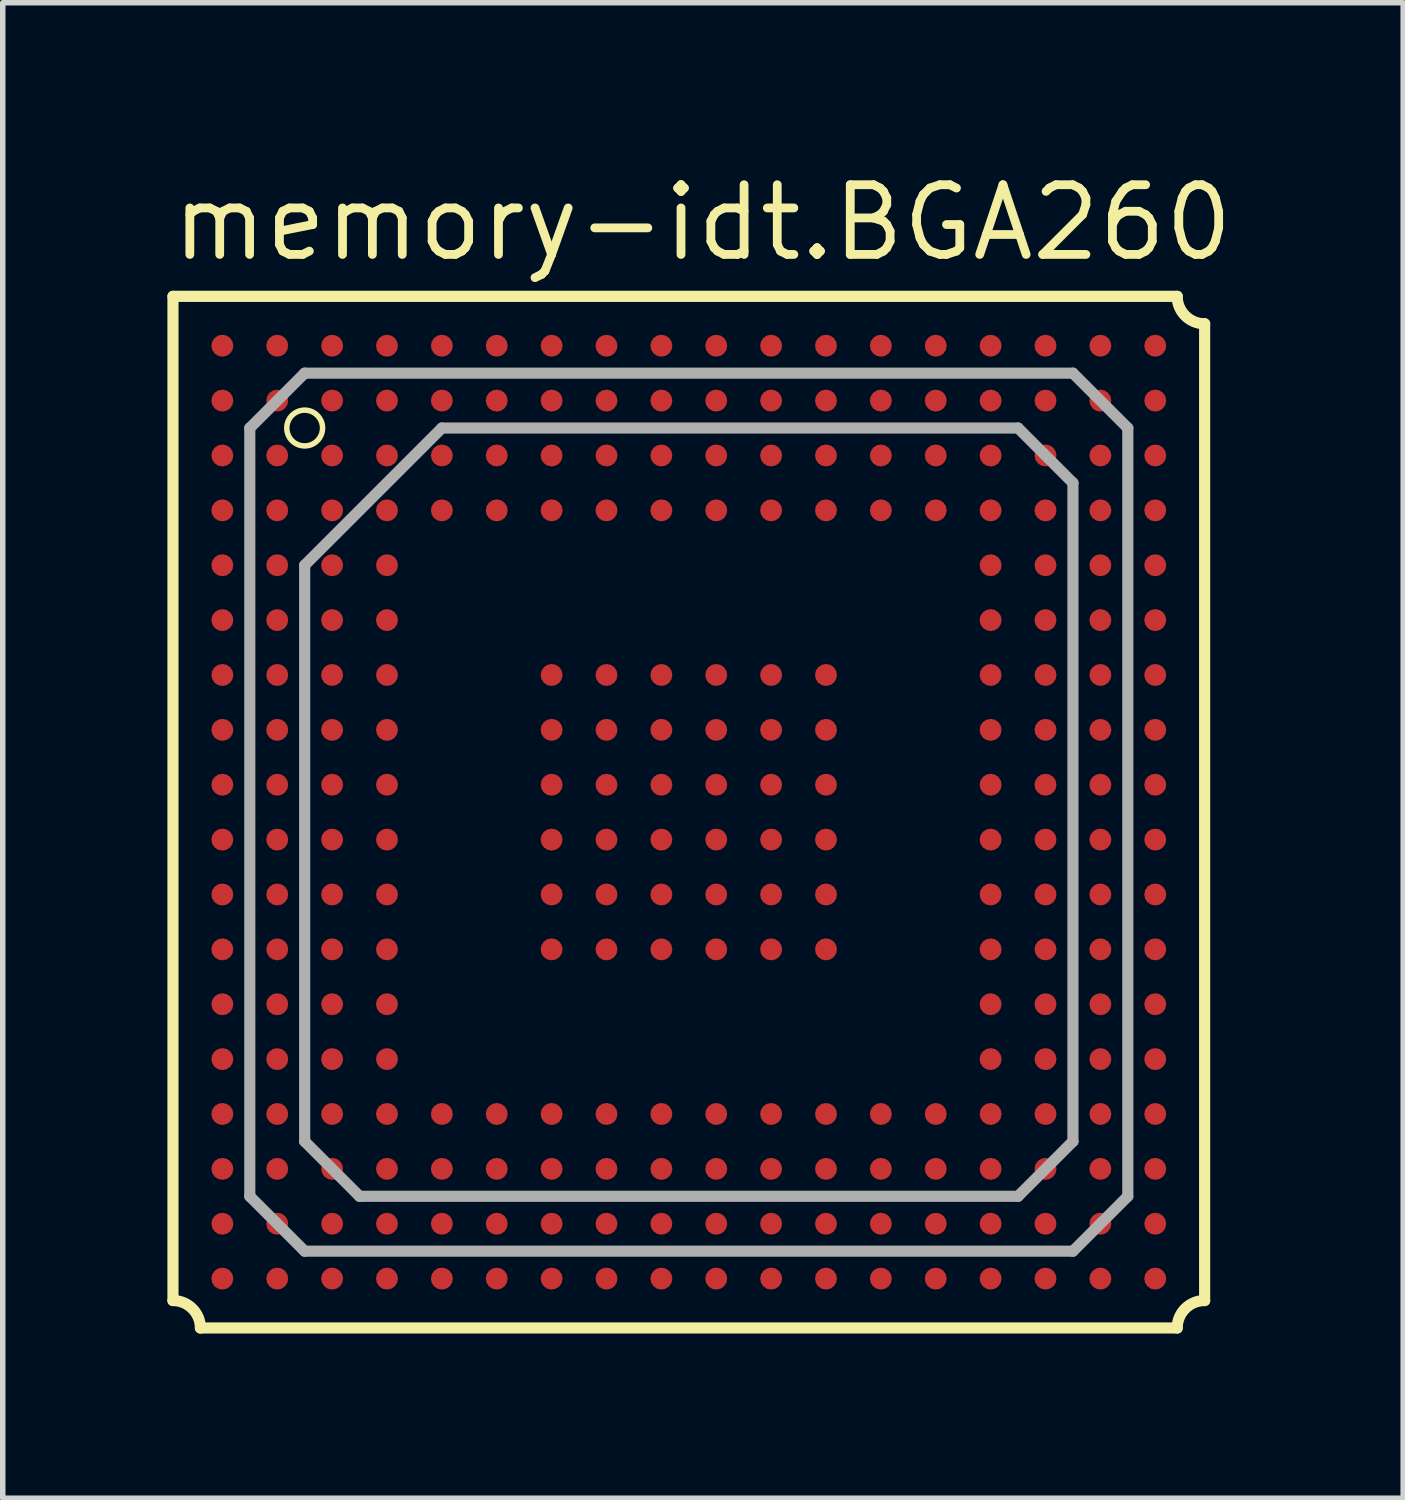
<source format=kicad_pcb>
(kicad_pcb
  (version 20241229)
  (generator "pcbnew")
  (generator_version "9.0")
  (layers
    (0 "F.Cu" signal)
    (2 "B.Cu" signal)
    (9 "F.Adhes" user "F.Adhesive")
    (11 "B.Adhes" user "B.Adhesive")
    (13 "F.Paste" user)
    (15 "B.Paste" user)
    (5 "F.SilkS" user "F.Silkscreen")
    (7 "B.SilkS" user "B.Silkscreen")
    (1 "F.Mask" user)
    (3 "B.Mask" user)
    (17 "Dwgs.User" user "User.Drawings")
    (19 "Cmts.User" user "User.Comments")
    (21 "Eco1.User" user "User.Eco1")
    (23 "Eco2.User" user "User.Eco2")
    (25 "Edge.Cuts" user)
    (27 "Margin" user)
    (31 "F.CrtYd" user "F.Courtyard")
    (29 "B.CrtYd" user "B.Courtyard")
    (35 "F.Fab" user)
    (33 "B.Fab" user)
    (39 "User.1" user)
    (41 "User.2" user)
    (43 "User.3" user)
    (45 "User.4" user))
  (footprint "memory-idt.BGA260"
    (layer "F.Cu")
    (at 9.502 11.75)
    (property "Reference" "memory-idt.BGA260" (at -9.5 -10 0) (layer "F.SilkS") (effects (font (size 1.27 1.27) (thickness 0.16)) (justify left bottom)))
    (attr smd)
    (fp_circle (center -8.5 -8.5) (end -8.3 -8.5) (stroke (width 0.1) (type default)) (fill no) (layer "F.Mask"))
    (fp_circle (center -8.5 -7.5) (end -8.3 -7.5) (stroke (width 0.1) (type default)) (fill no) (layer "F.Mask"))
    (fp_circle (center -8.5 -6.5) (end -8.3 -6.5) (stroke (width 0.1) (type default)) (fill no) (layer "F.Mask"))
    (fp_circle (center -8.5 -5.5) (end -8.3 -5.5) (stroke (width 0.1) (type default)) (fill no) (layer "F.Mask"))
    (fp_circle (center -8.5 -4.5) (end -8.3 -4.5) (stroke (width 0.1) (type default)) (fill no) (layer "F.Mask"))
    (fp_circle (center -8.5 -3.5) (end -8.3 -3.5) (stroke (width 0.1) (type default)) (fill no) (layer "F.Mask"))
    (fp_circle (center -8.5 -2.5) (end -8.3 -2.5) (stroke (width 0.1) (type default)) (fill no) (layer "F.Mask"))
    (fp_circle (center -8.5 -1.5) (end -8.3 -1.5) (stroke (width 0.1) (type default)) (fill no) (layer "F.Mask"))
    (fp_circle (center -8.5 -0.5) (end -8.3 -0.5) (stroke (width 0.1) (type default)) (fill no) (layer "F.Mask"))
    (fp_circle (center -8.5 0.5) (end -8.3 0.5) (stroke (width 0.1) (type default)) (fill no) (layer "F.Mask"))
    (fp_circle (center -8.5 1.5) (end -8.3 1.5) (stroke (width 0.1) (type default)) (fill no) (layer "F.Mask"))
    (fp_circle (center -8.5 2.5) (end -8.3 2.5) (stroke (width 0.1) (type default)) (fill no) (layer "F.Mask"))
    (fp_circle (center -8.5 3.5) (end -8.3 3.5) (stroke (width 0.1) (type default)) (fill no) (layer "F.Mask"))
    (fp_circle (center -8.5 4.5) (end -8.3 4.5) (stroke (width 0.1) (type default)) (fill no) (layer "F.Mask"))
    (fp_circle (center -8.5 5.5) (end -8.3 5.5) (stroke (width 0.1) (type default)) (fill no) (layer "F.Mask"))
    (fp_circle (center -8.5 6.5) (end -8.3 6.5) (stroke (width 0.1) (type default)) (fill no) (layer "F.Mask"))
    (fp_circle (center -8.5 7.5) (end -8.3 7.5) (stroke (width 0.1) (type default)) (fill no) (layer "F.Mask"))
    (fp_circle (center -8.5 8.5) (end -8.3 8.5) (stroke (width 0.1) (type default)) (fill no) (layer "F.Mask"))
    (fp_circle (center -7.5 -8.5) (end -7.3 -8.5) (stroke (width 0.1) (type default)) (fill no) (layer "F.Mask"))
    (fp_circle (center -7.5 -7.5) (end -7.3 -7.5) (stroke (width 0.1) (type default)) (fill no) (layer "F.Mask"))
    (fp_circle (center -7.5 -6.5) (end -7.3 -6.5) (stroke (width 0.1) (type default)) (fill no) (layer "F.Mask"))
    (fp_circle (center -7.5 -5.5) (end -7.3 -5.5) (stroke (width 0.1) (type default)) (fill no) (layer "F.Mask"))
    (fp_circle (center -7.5 -4.5) (end -7.3 -4.5) (stroke (width 0.1) (type default)) (fill no) (layer "F.Mask"))
    (fp_circle (center -7.5 -3.5) (end -7.3 -3.5) (stroke (width 0.1) (type default)) (fill no) (layer "F.Mask"))
    (fp_circle (center -7.5 -2.5) (end -7.3 -2.5) (stroke (width 0.1) (type default)) (fill no) (layer "F.Mask"))
    (fp_circle (center -7.5 -1.5) (end -7.3 -1.5) (stroke (width 0.1) (type default)) (fill no) (layer "F.Mask"))
    (fp_circle (center -7.5 -0.5) (end -7.3 -0.5) (stroke (width 0.1) (type default)) (fill no) (layer "F.Mask"))
    (fp_circle (center -7.5 0.5) (end -7.3 0.5) (stroke (width 0.1) (type default)) (fill no) (layer "F.Mask"))
    (fp_circle (center -7.5 1.5) (end -7.3 1.5) (stroke (width 0.1) (type default)) (fill no) (layer "F.Mask"))
    (fp_circle (center -7.5 2.5) (end -7.3 2.5) (stroke (width 0.1) (type default)) (fill no) (layer "F.Mask"))
    (fp_circle (center -7.5 3.5) (end -7.3 3.5) (stroke (width 0.1) (type default)) (fill no) (layer "F.Mask"))
    (fp_circle (center -7.5 4.5) (end -7.3 4.5) (stroke (width 0.1) (type default)) (fill no) (layer "F.Mask"))
    (fp_circle (center -7.5 5.5) (end -7.3 5.5) (stroke (width 0.1) (type default)) (fill no) (layer "F.Mask"))
    (fp_circle (center -7.5 6.5) (end -7.3 6.5) (stroke (width 0.1) (type default)) (fill no) (layer "F.Mask"))
    (fp_circle (center -7.5 7.5) (end -7.3 7.5) (stroke (width 0.1) (type default)) (fill no) (layer "F.Mask"))
    (fp_circle (center -7.5 8.5) (end -7.3 8.5) (stroke (width 0.1) (type default)) (fill no) (layer "F.Mask"))
    (fp_circle (center -6.5 -8.5) (end -6.3 -8.5) (stroke (width 0.1) (type default)) (fill no) (layer "F.Mask"))
    (fp_circle (center -6.5 -7.5) (end -6.3 -7.5) (stroke (width 0.1) (type default)) (fill no) (layer "F.Mask"))
    (fp_circle (center -6.5 -6.5) (end -6.3 -6.5) (stroke (width 0.1) (type default)) (fill no) (layer "F.Mask"))
    (fp_circle (center -6.5 -5.5) (end -6.3 -5.5) (stroke (width 0.1) (type default)) (fill no) (layer "F.Mask"))
    (fp_circle (center -6.5 -4.5) (end -6.3 -4.5) (stroke (width 0.1) (type default)) (fill no) (layer "F.Mask"))
    (fp_circle (center -6.5 -3.5) (end -6.3 -3.5) (stroke (width 0.1) (type default)) (fill no) (layer "F.Mask"))
    (fp_circle (center -6.5 -2.5) (end -6.3 -2.5) (stroke (width 0.1) (type default)) (fill no) (layer "F.Mask"))
    (fp_circle (center -6.5 -1.5) (end -6.3 -1.5) (stroke (width 0.1) (type default)) (fill no) (layer "F.Mask"))
    (fp_circle (center -6.5 -0.5) (end -6.3 -0.5) (stroke (width 0.1) (type default)) (fill no) (layer "F.Mask"))
    (fp_circle (center -6.5 0.5) (end -6.3 0.5) (stroke (width 0.1) (type default)) (fill no) (layer "F.Mask"))
    (fp_circle (center -6.5 1.5) (end -6.3 1.5) (stroke (width 0.1) (type default)) (fill no) (layer "F.Mask"))
    (fp_circle (center -6.5 2.5) (end -6.3 2.5) (stroke (width 0.1) (type default)) (fill no) (layer "F.Mask"))
    (fp_circle (center -6.5 3.5) (end -6.3 3.5) (stroke (width 0.1) (type default)) (fill no) (layer "F.Mask"))
    (fp_circle (center -6.5 4.5) (end -6.3 4.5) (stroke (width 0.1) (type default)) (fill no) (layer "F.Mask"))
    (fp_circle (center -6.5 5.5) (end -6.3 5.5) (stroke (width 0.1) (type default)) (fill no) (layer "F.Mask"))
    (fp_circle (center -6.5 6.5) (end -6.3 6.5) (stroke (width 0.1) (type default)) (fill no) (layer "F.Mask"))
    (fp_circle (center -6.5 7.5) (end -6.3 7.5) (stroke (width 0.1) (type default)) (fill no) (layer "F.Mask"))
    (fp_circle (center -6.5 8.5) (end -6.3 8.5) (stroke (width 0.1) (type default)) (fill no) (layer "F.Mask"))
    (fp_circle (center -5.5 -8.5) (end -5.3 -8.5) (stroke (width 0.1) (type default)) (fill no) (layer "F.Mask"))
    (fp_circle (center -5.5 -7.5) (end -5.3 -7.5) (stroke (width 0.1) (type default)) (fill no) (layer "F.Mask"))
    (fp_circle (center -5.5 -6.5) (end -5.3 -6.5) (stroke (width 0.1) (type default)) (fill no) (layer "F.Mask"))
    (fp_circle (center -5.5 -5.5) (end -5.3 -5.5) (stroke (width 0.1) (type default)) (fill no) (layer "F.Mask"))
    (fp_circle (center -5.5 -4.5) (end -5.3 -4.5) (stroke (width 0.1) (type default)) (fill no) (layer "F.Mask"))
    (fp_circle (center -5.5 -3.5) (end -5.3 -3.5) (stroke (width 0.1) (type default)) (fill no) (layer "F.Mask"))
    (fp_circle (center -5.5 -2.5) (end -5.3 -2.5) (stroke (width 0.1) (type default)) (fill no) (layer "F.Mask"))
    (fp_circle (center -5.5 -1.5) (end -5.3 -1.5) (stroke (width 0.1) (type default)) (fill no) (layer "F.Mask"))
    (fp_circle (center -5.5 -0.5) (end -5.3 -0.5) (stroke (width 0.1) (type default)) (fill no) (layer "F.Mask"))
    (fp_circle (center -5.5 0.5) (end -5.3 0.5) (stroke (width 0.1) (type default)) (fill no) (layer "F.Mask"))
    (fp_circle (center -5.5 1.5) (end -5.3 1.5) (stroke (width 0.1) (type default)) (fill no) (layer "F.Mask"))
    (fp_circle (center -5.5 2.5) (end -5.3 2.5) (stroke (width 0.1) (type default)) (fill no) (layer "F.Mask"))
    (fp_circle (center -5.5 3.5) (end -5.3 3.5) (stroke (width 0.1) (type default)) (fill no) (layer "F.Mask"))
    (fp_circle (center -5.5 4.5) (end -5.3 4.5) (stroke (width 0.1) (type default)) (fill no) (layer "F.Mask"))
    (fp_circle (center -5.5 5.5) (end -5.3 5.5) (stroke (width 0.1) (type default)) (fill no) (layer "F.Mask"))
    (fp_circle (center -5.5 6.5) (end -5.3 6.5) (stroke (width 0.1) (type default)) (fill no) (layer "F.Mask"))
    (fp_circle (center -5.5 7.5) (end -5.3 7.5) (stroke (width 0.1) (type default)) (fill no) (layer "F.Mask"))
    (fp_circle (center -5.5 8.5) (end -5.3 8.5) (stroke (width 0.1) (type default)) (fill no) (layer "F.Mask"))
    (fp_circle (center -4.5 -8.5) (end -4.3 -8.5) (stroke (width 0.1) (type default)) (fill no) (layer "F.Mask"))
    (fp_circle (center -4.5 -7.5) (end -4.3 -7.5) (stroke (width 0.1) (type default)) (fill no) (layer "F.Mask"))
    (fp_circle (center -4.5 -6.5) (end -4.3 -6.5) (stroke (width 0.1) (type default)) (fill no) (layer "F.Mask"))
    (fp_circle (center -4.5 -5.5) (end -4.3 -5.5) (stroke (width 0.1) (type default)) (fill no) (layer "F.Mask"))
    (fp_circle (center -4.5 5.5) (end -4.3 5.5) (stroke (width 0.1) (type default)) (fill no) (layer "F.Mask"))
    (fp_circle (center -4.5 6.5) (end -4.3 6.5) (stroke (width 0.1) (type default)) (fill no) (layer "F.Mask"))
    (fp_circle (center -4.5 7.5) (end -4.3 7.5) (stroke (width 0.1) (type default)) (fill no) (layer "F.Mask"))
    (fp_circle (center -4.5 8.5) (end -4.3 8.5) (stroke (width 0.1) (type default)) (fill no) (layer "F.Mask"))
    (fp_circle (center -3.5 -8.5) (end -3.3 -8.5) (stroke (width 0.1) (type default)) (fill no) (layer "F.Mask"))
    (fp_circle (center -3.5 -7.5) (end -3.3 -7.5) (stroke (width 0.1) (type default)) (fill no) (layer "F.Mask"))
    (fp_circle (center -3.5 -6.5) (end -3.3 -6.5) (stroke (width 0.1) (type default)) (fill no) (layer "F.Mask"))
    (fp_circle (center -3.5 -5.5) (end -3.3 -5.5) (stroke (width 0.1) (type default)) (fill no) (layer "F.Mask"))
    (fp_circle (center -3.5 5.5) (end -3.3 5.5) (stroke (width 0.1) (type default)) (fill no) (layer "F.Mask"))
    (fp_circle (center -3.5 6.5) (end -3.3 6.5) (stroke (width 0.1) (type default)) (fill no) (layer "F.Mask"))
    (fp_circle (center -3.5 7.5) (end -3.3 7.5) (stroke (width 0.1) (type default)) (fill no) (layer "F.Mask"))
    (fp_circle (center -3.5 8.5) (end -3.3 8.5) (stroke (width 0.1) (type default)) (fill no) (layer "F.Mask"))
    (fp_circle (center -2.5 -8.5) (end -2.3 -8.5) (stroke (width 0.1) (type default)) (fill no) (layer "F.Mask"))
    (fp_circle (center -2.5 -7.5) (end -2.3 -7.5) (stroke (width 0.1) (type default)) (fill no) (layer "F.Mask"))
    (fp_circle (center -2.5 -6.5) (end -2.3 -6.5) (stroke (width 0.1) (type default)) (fill no) (layer "F.Mask"))
    (fp_circle (center -2.5 -5.5) (end -2.3 -5.5) (stroke (width 0.1) (type default)) (fill no) (layer "F.Mask"))
    (fp_circle (center -2.5 -2.5) (end -2.3 -2.5) (stroke (width 0.1) (type default)) (fill no) (layer "F.Mask"))
    (fp_circle (center -2.5 -1.5) (end -2.3 -1.5) (stroke (width 0.1) (type default)) (fill no) (layer "F.Mask"))
    (fp_circle (center -2.5 -0.5) (end -2.3 -0.5) (stroke (width 0.1) (type default)) (fill no) (layer "F.Mask"))
    (fp_circle (center -2.5 0.5) (end -2.3 0.5) (stroke (width 0.1) (type default)) (fill no) (layer "F.Mask"))
    (fp_circle (center -2.5 1.5) (end -2.3 1.5) (stroke (width 0.1) (type default)) (fill no) (layer "F.Mask"))
    (fp_circle (center -2.5 2.5) (end -2.3 2.5) (stroke (width 0.1) (type default)) (fill no) (layer "F.Mask"))
    (fp_circle (center -2.5 5.5) (end -2.3 5.5) (stroke (width 0.1) (type default)) (fill no) (layer "F.Mask"))
    (fp_circle (center -2.5 6.5) (end -2.3 6.5) (stroke (width 0.1) (type default)) (fill no) (layer "F.Mask"))
    (fp_circle (center -2.5 7.5) (end -2.3 7.5) (stroke (width 0.1) (type default)) (fill no) (layer "F.Mask"))
    (fp_circle (center -2.5 8.5) (end -2.3 8.5) (stroke (width 0.1) (type default)) (fill no) (layer "F.Mask"))
    (fp_circle (center -1.5 -8.5) (end -1.3 -8.5) (stroke (width 0.1) (type default)) (fill no) (layer "F.Mask"))
    (fp_circle (center -1.5 -7.5) (end -1.3 -7.5) (stroke (width 0.1) (type default)) (fill no) (layer "F.Mask"))
    (fp_circle (center -1.5 -6.5) (end -1.3 -6.5) (stroke (width 0.1) (type default)) (fill no) (layer "F.Mask"))
    (fp_circle (center -1.5 -5.5) (end -1.3 -5.5) (stroke (width 0.1) (type default)) (fill no) (layer "F.Mask"))
    (fp_circle (center -1.5 -2.5) (end -1.3 -2.5) (stroke (width 0.1) (type default)) (fill no) (layer "F.Mask"))
    (fp_circle (center -1.5 -1.5) (end -1.3 -1.5) (stroke (width 0.1) (type default)) (fill no) (layer "F.Mask"))
    (fp_circle (center -1.5 -0.5) (end -1.3 -0.5) (stroke (width 0.1) (type default)) (fill no) (layer "F.Mask"))
    (fp_circle (center -1.5 0.5) (end -1.3 0.5) (stroke (width 0.1) (type default)) (fill no) (layer "F.Mask"))
    (fp_circle (center -1.5 1.5) (end -1.3 1.5) (stroke (width 0.1) (type default)) (fill no) (layer "F.Mask"))
    (fp_circle (center -1.5 2.5) (end -1.3 2.5) (stroke (width 0.1) (type default)) (fill no) (layer "F.Mask"))
    (fp_circle (center -1.5 5.5) (end -1.3 5.5) (stroke (width 0.1) (type default)) (fill no) (layer "F.Mask"))
    (fp_circle (center -1.5 6.5) (end -1.3 6.5) (stroke (width 0.1) (type default)) (fill no) (layer "F.Mask"))
    (fp_circle (center -1.5 7.5) (end -1.3 7.5) (stroke (width 0.1) (type default)) (fill no) (layer "F.Mask"))
    (fp_circle (center -1.5 8.5) (end -1.3 8.5) (stroke (width 0.1) (type default)) (fill no) (layer "F.Mask"))
    (fp_circle (center -0.5 -8.5) (end -0.3 -8.5) (stroke (width 0.1) (type default)) (fill no) (layer "F.Mask"))
    (fp_circle (center -0.5 -7.5) (end -0.3 -7.5) (stroke (width 0.1) (type default)) (fill no) (layer "F.Mask"))
    (fp_circle (center -0.5 -6.5) (end -0.3 -6.5) (stroke (width 0.1) (type default)) (fill no) (layer "F.Mask"))
    (fp_circle (center -0.5 -5.5) (end -0.3 -5.5) (stroke (width 0.1) (type default)) (fill no) (layer "F.Mask"))
    (fp_circle (center -0.5 -2.5) (end -0.3 -2.5) (stroke (width 0.1) (type default)) (fill no) (layer "F.Mask"))
    (fp_circle (center -0.5 -1.5) (end -0.3 -1.5) (stroke (width 0.1) (type default)) (fill no) (layer "F.Mask"))
    (fp_circle (center -0.5 -0.5) (end -0.3 -0.5) (stroke (width 0.1) (type default)) (fill no) (layer "F.Mask"))
    (fp_circle (center -0.5 0.5) (end -0.3 0.5) (stroke (width 0.1) (type default)) (fill no) (layer "F.Mask"))
    (fp_circle (center -0.5 1.5) (end -0.3 1.5) (stroke (width 0.1) (type default)) (fill no) (layer "F.Mask"))
    (fp_circle (center -0.5 2.5) (end -0.3 2.5) (stroke (width 0.1) (type default)) (fill no) (layer "F.Mask"))
    (fp_circle (center -0.5 5.5) (end -0.3 5.5) (stroke (width 0.1) (type default)) (fill no) (layer "F.Mask"))
    (fp_circle (center -0.5 6.5) (end -0.3 6.5) (stroke (width 0.1) (type default)) (fill no) (layer "F.Mask"))
    (fp_circle (center -0.5 7.5) (end -0.3 7.5) (stroke (width 0.1) (type default)) (fill no) (layer "F.Mask"))
    (fp_circle (center -0.5 8.5) (end -0.3 8.5) (stroke (width 0.1) (type default)) (fill no) (layer "F.Mask"))
    (fp_circle (center 0.5 -8.5) (end 0.7 -8.5) (stroke (width 0.1) (type default)) (fill no) (layer "F.Mask"))
    (fp_circle (center 0.5 -7.5) (end 0.7 -7.5) (stroke (width 0.1) (type default)) (fill no) (layer "F.Mask"))
    (fp_circle (center 0.5 -6.5) (end 0.7 -6.5) (stroke (width 0.1) (type default)) (fill no) (layer "F.Mask"))
    (fp_circle (center 0.5 -5.5) (end 0.7 -5.5) (stroke (width 0.1) (type default)) (fill no) (layer "F.Mask"))
    (fp_circle (center 0.5 -2.5) (end 0.7 -2.5) (stroke (width 0.1) (type default)) (fill no) (layer "F.Mask"))
    (fp_circle (center 0.5 -1.5) (end 0.7 -1.5) (stroke (width 0.1) (type default)) (fill no) (layer "F.Mask"))
    (fp_circle (center 0.5 -0.5) (end 0.7 -0.5) (stroke (width 0.1) (type default)) (fill no) (layer "F.Mask"))
    (fp_circle (center 0.5 0.5) (end 0.7 0.5) (stroke (width 0.1) (type default)) (fill no) (layer "F.Mask"))
    (fp_circle (center 0.5 1.5) (end 0.7 1.5) (stroke (width 0.1) (type default)) (fill no) (layer "F.Mask"))
    (fp_circle (center 0.5 2.5) (end 0.7 2.5) (stroke (width 0.1) (type default)) (fill no) (layer "F.Mask"))
    (fp_circle (center 0.5 5.5) (end 0.7 5.5) (stroke (width 0.1) (type default)) (fill no) (layer "F.Mask"))
    (fp_circle (center 0.5 6.5) (end 0.7 6.5) (stroke (width 0.1) (type default)) (fill no) (layer "F.Mask"))
    (fp_circle (center 0.5 7.5) (end 0.7 7.5) (stroke (width 0.1) (type default)) (fill no) (layer "F.Mask"))
    (fp_circle (center 0.5 8.5) (end 0.7 8.5) (stroke (width 0.1) (type default)) (fill no) (layer "F.Mask"))
    (fp_circle (center 1.5 -8.5) (end 1.7 -8.5) (stroke (width 0.1) (type default)) (fill no) (layer "F.Mask"))
    (fp_circle (center 1.5 -7.5) (end 1.7 -7.5) (stroke (width 0.1) (type default)) (fill no) (layer "F.Mask"))
    (fp_circle (center 1.5 -6.5) (end 1.7 -6.5) (stroke (width 0.1) (type default)) (fill no) (layer "F.Mask"))
    (fp_circle (center 1.5 -5.5) (end 1.7 -5.5) (stroke (width 0.1) (type default)) (fill no) (layer "F.Mask"))
    (fp_circle (center 1.5 -2.5) (end 1.7 -2.5) (stroke (width 0.1) (type default)) (fill no) (layer "F.Mask"))
    (fp_circle (center 1.5 -1.5) (end 1.7 -1.5) (stroke (width 0.1) (type default)) (fill no) (layer "F.Mask"))
    (fp_circle (center 1.5 -0.5) (end 1.7 -0.5) (stroke (width 0.1) (type default)) (fill no) (layer "F.Mask"))
    (fp_circle (center 1.5 0.5) (end 1.7 0.5) (stroke (width 0.1) (type default)) (fill no) (layer "F.Mask"))
    (fp_circle (center 1.5 1.5) (end 1.7 1.5) (stroke (width 0.1) (type default)) (fill no) (layer "F.Mask"))
    (fp_circle (center 1.5 2.5) (end 1.7 2.5) (stroke (width 0.1) (type default)) (fill no) (layer "F.Mask"))
    (fp_circle (center 1.5 5.5) (end 1.7 5.5) (stroke (width 0.1) (type default)) (fill no) (layer "F.Mask"))
    (fp_circle (center 1.5 6.5) (end 1.7 6.5) (stroke (width 0.1) (type default)) (fill no) (layer "F.Mask"))
    (fp_circle (center 1.5 7.5) (end 1.7 7.5) (stroke (width 0.1) (type default)) (fill no) (layer "F.Mask"))
    (fp_circle (center 1.5 8.5) (end 1.7 8.5) (stroke (width 0.1) (type default)) (fill no) (layer "F.Mask"))
    (fp_circle (center 2.5 -8.5) (end 2.7 -8.5) (stroke (width 0.1) (type default)) (fill no) (layer "F.Mask"))
    (fp_circle (center 2.5 -7.5) (end 2.7 -7.5) (stroke (width 0.1) (type default)) (fill no) (layer "F.Mask"))
    (fp_circle (center 2.5 -6.5) (end 2.7 -6.5) (stroke (width 0.1) (type default)) (fill no) (layer "F.Mask"))
    (fp_circle (center 2.5 -5.5) (end 2.7 -5.5) (stroke (width 0.1) (type default)) (fill no) (layer "F.Mask"))
    (fp_circle (center 2.5 -2.5) (end 2.7 -2.5) (stroke (width 0.1) (type default)) (fill no) (layer "F.Mask"))
    (fp_circle (center 2.5 -1.5) (end 2.7 -1.5) (stroke (width 0.1) (type default)) (fill no) (layer "F.Mask"))
    (fp_circle (center 2.5 -0.5) (end 2.7 -0.5) (stroke (width 0.1) (type default)) (fill no) (layer "F.Mask"))
    (fp_circle (center 2.5 0.5) (end 2.7 0.5) (stroke (width 0.1) (type default)) (fill no) (layer "F.Mask"))
    (fp_circle (center 2.5 1.5) (end 2.7 1.5) (stroke (width 0.1) (type default)) (fill no) (layer "F.Mask"))
    (fp_circle (center 2.5 2.5) (end 2.7 2.5) (stroke (width 0.1) (type default)) (fill no) (layer "F.Mask"))
    (fp_circle (center 2.5 5.5) (end 2.7 5.5) (stroke (width 0.1) (type default)) (fill no) (layer "F.Mask"))
    (fp_circle (center 2.5 6.5) (end 2.7 6.5) (stroke (width 0.1) (type default)) (fill no) (layer "F.Mask"))
    (fp_circle (center 2.5 7.5) (end 2.7 7.5) (stroke (width 0.1) (type default)) (fill no) (layer "F.Mask"))
    (fp_circle (center 2.5 8.5) (end 2.7 8.5) (stroke (width 0.1) (type default)) (fill no) (layer "F.Mask"))
    (fp_circle (center 3.5 -8.5) (end 3.7 -8.5) (stroke (width 0.1) (type default)) (fill no) (layer "F.Mask"))
    (fp_circle (center 3.5 -7.5) (end 3.7 -7.5) (stroke (width 0.1) (type default)) (fill no) (layer "F.Mask"))
    (fp_circle (center 3.5 -6.5) (end 3.7 -6.5) (stroke (width 0.1) (type default)) (fill no) (layer "F.Mask"))
    (fp_circle (center 3.5 -5.5) (end 3.7 -5.5) (stroke (width 0.1) (type default)) (fill no) (layer "F.Mask"))
    (fp_circle (center 3.5 5.5) (end 3.7 5.5) (stroke (width 0.1) (type default)) (fill no) (layer "F.Mask"))
    (fp_circle (center 3.5 6.5) (end 3.7 6.5) (stroke (width 0.1) (type default)) (fill no) (layer "F.Mask"))
    (fp_circle (center 3.5 7.5) (end 3.7 7.5) (stroke (width 0.1) (type default)) (fill no) (layer "F.Mask"))
    (fp_circle (center 3.5 8.5) (end 3.7 8.5) (stroke (width 0.1) (type default)) (fill no) (layer "F.Mask"))
    (fp_circle (center 4.5 -8.5) (end 4.7 -8.5) (stroke (width 0.1) (type default)) (fill no) (layer "F.Mask"))
    (fp_circle (center 4.5 -7.5) (end 4.7 -7.5) (stroke (width 0.1) (type default)) (fill no) (layer "F.Mask"))
    (fp_circle (center 4.5 -6.5) (end 4.7 -6.5) (stroke (width 0.1) (type default)) (fill no) (layer "F.Mask"))
    (fp_circle (center 4.5 -5.5) (end 4.7 -5.5) (stroke (width 0.1) (type default)) (fill no) (layer "F.Mask"))
    (fp_circle (center 4.5 5.5) (end 4.7 5.5) (stroke (width 0.1) (type default)) (fill no) (layer "F.Mask"))
    (fp_circle (center 4.5 6.5) (end 4.7 6.5) (stroke (width 0.1) (type default)) (fill no) (layer "F.Mask"))
    (fp_circle (center 4.5 7.5) (end 4.7 7.5) (stroke (width 0.1) (type default)) (fill no) (layer "F.Mask"))
    (fp_circle (center 4.5 8.5) (end 4.7 8.5) (stroke (width 0.1) (type default)) (fill no) (layer "F.Mask"))
    (fp_circle (center 5.5 -8.5) (end 5.7 -8.5) (stroke (width 0.1) (type default)) (fill no) (layer "F.Mask"))
    (fp_circle (center 5.5 -7.5) (end 5.7 -7.5) (stroke (width 0.1) (type default)) (fill no) (layer "F.Mask"))
    (fp_circle (center 5.5 -6.5) (end 5.7 -6.5) (stroke (width 0.1) (type default)) (fill no) (layer "F.Mask"))
    (fp_circle (center 5.5 -5.5) (end 5.7 -5.5) (stroke (width 0.1) (type default)) (fill no) (layer "F.Mask"))
    (fp_circle (center 5.5 -4.5) (end 5.7 -4.5) (stroke (width 0.1) (type default)) (fill no) (layer "F.Mask"))
    (fp_circle (center 5.5 -3.5) (end 5.7 -3.5) (stroke (width 0.1) (type default)) (fill no) (layer "F.Mask"))
    (fp_circle (center 5.5 -2.5) (end 5.7 -2.5) (stroke (width 0.1) (type default)) (fill no) (layer "F.Mask"))
    (fp_circle (center 5.5 -1.5) (end 5.7 -1.5) (stroke (width 0.1) (type default)) (fill no) (layer "F.Mask"))
    (fp_circle (center 5.5 -0.5) (end 5.7 -0.5) (stroke (width 0.1) (type default)) (fill no) (layer "F.Mask"))
    (fp_circle (center 5.5 0.5) (end 5.7 0.5) (stroke (width 0.1) (type default)) (fill no) (layer "F.Mask"))
    (fp_circle (center 5.5 1.5) (end 5.7 1.5) (stroke (width 0.1) (type default)) (fill no) (layer "F.Mask"))
    (fp_circle (center 5.5 2.5) (end 5.7 2.5) (stroke (width 0.1) (type default)) (fill no) (layer "F.Mask"))
    (fp_circle (center 5.5 3.5) (end 5.7 3.5) (stroke (width 0.1) (type default)) (fill no) (layer "F.Mask"))
    (fp_circle (center 5.5 4.5) (end 5.7 4.5) (stroke (width 0.1) (type default)) (fill no) (layer "F.Mask"))
    (fp_circle (center 5.5 5.5) (end 5.7 5.5) (stroke (width 0.1) (type default)) (fill no) (layer "F.Mask"))
    (fp_circle (center 5.5 6.5) (end 5.7 6.5) (stroke (width 0.1) (type default)) (fill no) (layer "F.Mask"))
    (fp_circle (center 5.5 7.5) (end 5.7 7.5) (stroke (width 0.1) (type default)) (fill no) (layer "F.Mask"))
    (fp_circle (center 5.5 8.5) (end 5.7 8.5) (stroke (width 0.1) (type default)) (fill no) (layer "F.Mask"))
    (fp_circle (center 6.5 -8.5) (end 6.7 -8.5) (stroke (width 0.1) (type default)) (fill no) (layer "F.Mask"))
    (fp_circle (center 6.5 -7.5) (end 6.7 -7.5) (stroke (width 0.1) (type default)) (fill no) (layer "F.Mask"))
    (fp_circle (center 6.5 -6.5) (end 6.7 -6.5) (stroke (width 0.1) (type default)) (fill no) (layer "F.Mask"))
    (fp_circle (center 6.5 -5.5) (end 6.7 -5.5) (stroke (width 0.1) (type default)) (fill no) (layer "F.Mask"))
    (fp_circle (center 6.5 -4.5) (end 6.7 -4.5) (stroke (width 0.1) (type default)) (fill no) (layer "F.Mask"))
    (fp_circle (center 6.5 -3.5) (end 6.7 -3.5) (stroke (width 0.1) (type default)) (fill no) (layer "F.Mask"))
    (fp_circle (center 6.5 -2.5) (end 6.7 -2.5) (stroke (width 0.1) (type default)) (fill no) (layer "F.Mask"))
    (fp_circle (center 6.5 -1.5) (end 6.7 -1.5) (stroke (width 0.1) (type default)) (fill no) (layer "F.Mask"))
    (fp_circle (center 6.5 -0.5) (end 6.7 -0.5) (stroke (width 0.1) (type default)) (fill no) (layer "F.Mask"))
    (fp_circle (center 6.5 0.5) (end 6.7 0.5) (stroke (width 0.1) (type default)) (fill no) (layer "F.Mask"))
    (fp_circle (center 6.5 1.5) (end 6.7 1.5) (stroke (width 0.1) (type default)) (fill no) (layer "F.Mask"))
    (fp_circle (center 6.5 2.5) (end 6.7 2.5) (stroke (width 0.1) (type default)) (fill no) (layer "F.Mask"))
    (fp_circle (center 6.5 3.5) (end 6.7 3.5) (stroke (width 0.1) (type default)) (fill no) (layer "F.Mask"))
    (fp_circle (center 6.5 4.5) (end 6.7 4.5) (stroke (width 0.1) (type default)) (fill no) (layer "F.Mask"))
    (fp_circle (center 6.5 5.5) (end 6.7 5.5) (stroke (width 0.1) (type default)) (fill no) (layer "F.Mask"))
    (fp_circle (center 6.5 6.5) (end 6.7 6.5) (stroke (width 0.1) (type default)) (fill no) (layer "F.Mask"))
    (fp_circle (center 6.5 7.5) (end 6.7 7.5) (stroke (width 0.1) (type default)) (fill no) (layer "F.Mask"))
    (fp_circle (center 6.5 8.5) (end 6.7 8.5) (stroke (width 0.1) (type default)) (fill no) (layer "F.Mask"))
    (fp_circle (center 7.5 -8.5) (end 7.7 -8.5) (stroke (width 0.1) (type default)) (fill no) (layer "F.Mask"))
    (fp_circle (center 7.5 -7.5) (end 7.7 -7.5) (stroke (width 0.1) (type default)) (fill no) (layer "F.Mask"))
    (fp_circle (center 7.5 -6.5) (end 7.7 -6.5) (stroke (width 0.1) (type default)) (fill no) (layer "F.Mask"))
    (fp_circle (center 7.5 -5.5) (end 7.7 -5.5) (stroke (width 0.1) (type default)) (fill no) (layer "F.Mask"))
    (fp_circle (center 7.5 -4.5) (end 7.7 -4.5) (stroke (width 0.1) (type default)) (fill no) (layer "F.Mask"))
    (fp_circle (center 7.5 -3.5) (end 7.7 -3.5) (stroke (width 0.1) (type default)) (fill no) (layer "F.Mask"))
    (fp_circle (center 7.5 -2.5) (end 7.7 -2.5) (stroke (width 0.1) (type default)) (fill no) (layer "F.Mask"))
    (fp_circle (center 7.5 -1.5) (end 7.7 -1.5) (stroke (width 0.1) (type default)) (fill no) (layer "F.Mask"))
    (fp_circle (center 7.5 -0.5) (end 7.7 -0.5) (stroke (width 0.1) (type default)) (fill no) (layer "F.Mask"))
    (fp_circle (center 7.5 0.5) (end 7.7 0.5) (stroke (width 0.1) (type default)) (fill no) (layer "F.Mask"))
    (fp_circle (center 7.5 1.5) (end 7.7 1.5) (stroke (width 0.1) (type default)) (fill no) (layer "F.Mask"))
    (fp_circle (center 7.5 2.5) (end 7.7 2.5) (stroke (width 0.1) (type default)) (fill no) (layer "F.Mask"))
    (fp_circle (center 7.5 3.5) (end 7.7 3.5) (stroke (width 0.1) (type default)) (fill no) (layer "F.Mask"))
    (fp_circle (center 7.5 4.5) (end 7.7 4.5) (stroke (width 0.1) (type default)) (fill no) (layer "F.Mask"))
    (fp_circle (center 7.5 5.5) (end 7.7 5.5) (stroke (width 0.1) (type default)) (fill no) (layer "F.Mask"))
    (fp_circle (center 7.5 6.5) (end 7.7 6.5) (stroke (width 0.1) (type default)) (fill no) (layer "F.Mask"))
    (fp_circle (center 7.5 7.5) (end 7.7 7.5) (stroke (width 0.1) (type default)) (fill no) (layer "F.Mask"))
    (fp_circle (center 7.5 8.5) (end 7.7 8.5) (stroke (width 0.1) (type default)) (fill no) (layer "F.Mask"))
    (fp_circle (center 8.5 -8.5) (end 8.7 -8.5) (stroke (width 0.1) (type default)) (fill no) (layer "F.Mask"))
    (fp_circle (center 8.5 -7.5) (end 8.7 -7.5) (stroke (width 0.1) (type default)) (fill no) (layer "F.Mask"))
    (fp_circle (center 8.5 -6.5) (end 8.7 -6.5) (stroke (width 0.1) (type default)) (fill no) (layer "F.Mask"))
    (fp_circle (center 8.5 -5.5) (end 8.7 -5.5) (stroke (width 0.1) (type default)) (fill no) (layer "F.Mask"))
    (fp_circle (center 8.5 -4.5) (end 8.7 -4.5) (stroke (width 0.1) (type default)) (fill no) (layer "F.Mask"))
    (fp_circle (center 8.5 -3.5) (end 8.7 -3.5) (stroke (width 0.1) (type default)) (fill no) (layer "F.Mask"))
    (fp_circle (center 8.5 -2.5) (end 8.7 -2.5) (stroke (width 0.1) (type default)) (fill no) (layer "F.Mask"))
    (fp_circle (center 8.5 -1.5) (end 8.7 -1.5) (stroke (width 0.1) (type default)) (fill no) (layer "F.Mask"))
    (fp_circle (center 8.5 -0.5) (end 8.7 -0.5) (stroke (width 0.1) (type default)) (fill no) (layer "F.Mask"))
    (fp_circle (center 8.5 0.5) (end 8.7 0.5) (stroke (width 0.1) (type default)) (fill no) (layer "F.Mask"))
    (fp_circle (center 8.5 1.5) (end 8.7 1.5) (stroke (width 0.1) (type default)) (fill no) (layer "F.Mask"))
    (fp_circle (center 8.5 2.5) (end 8.7 2.5) (stroke (width 0.1) (type default)) (fill no) (layer "F.Mask"))
    (fp_circle (center 8.5 3.5) (end 8.7 3.5) (stroke (width 0.1) (type default)) (fill no) (layer "F.Mask"))
    (fp_circle (center 8.5 4.5) (end 8.7 4.5) (stroke (width 0.1) (type default)) (fill no) (layer "F.Mask"))
    (fp_circle (center 8.5 5.5) (end 8.7 5.5) (stroke (width 0.1) (type default)) (fill no) (layer "F.Mask"))
    (fp_circle (center 8.5 6.5) (end 8.7 6.5) (stroke (width 0.1) (type default)) (fill no) (layer "F.Mask"))
    (fp_circle (center 8.5 7.5) (end 8.7 7.5) (stroke (width 0.1) (type default)) (fill no) (layer "F.Mask"))
    (fp_circle (center 8.5 8.5) (end 8.7 8.5) (stroke (width 0.1) (type default)) (fill no) (layer "F.Mask"))
    (fp_line (start -9.4 -9.4) (end 8.9 -9.4) (stroke (width 0.203) (type default)) (layer "F.SilkS"))
    (fp_line (start -9.4 8.9) (end -9.4 -9.4) (stroke (width 0.203) (type default)) (layer "F.SilkS"))
    (fp_line (start 8.9 9.4) (end -8.9 9.4) (stroke (width 0.203) (type default)) (layer "F.SilkS"))
    (fp_line (start 9.4 -8.9) (end 9.4 8.9) (stroke (width 0.203) (type default)) (layer "F.SilkS"))
    (fp_arc (start -9.4 8.9) (mid -9.046447 9.046447) (end -8.9 9.4) (stroke (width 0.2032) (type default)) (layer "F.SilkS"))
    (fp_arc (start 8.9 9.4) (mid 9.046447 9.046447) (end 9.4 8.9) (stroke (width 0.2032) (type default)) (layer "F.SilkS"))
    (fp_arc (start 9.4 -8.9) (mid 9.046447 -9.046447) (end 8.9 -9.4) (stroke (width 0.2032) (type default)) (layer "F.SilkS"))
    (fp_circle (center -7 -7) (end -6.674 -7) (stroke (width 0.1) (type default)) (fill no) (layer "F.SilkS"))
    (fp_line (start -8 -7) (end -8 7) (stroke (width 0.203) (type default)) (layer "F.Fab"))
    (fp_line (start -8 7) (end -7 8) (stroke (width 0.203) (type default)) (layer "F.Fab"))
    (fp_line (start -7 -8) (end -8 -7) (stroke (width 0.203) (type default)) (layer "F.Fab"))
    (fp_line (start -7 -4.5) (end -4.5 -7) (stroke (width 0.203) (type default)) (layer "F.Fab"))
    (fp_line (start -7 6) (end -7 -4.5) (stroke (width 0.203) (type default)) (layer "F.Fab"))
    (fp_line (start -7 8) (end 7 8) (stroke (width 0.203) (type default)) (layer "F.Fab"))
    (fp_line (start -6 7) (end -7 6) (stroke (width 0.203) (type default)) (layer "F.Fab"))
    (fp_line (start -4.5 -7) (end 6 -7) (stroke (width 0.203) (type default)) (layer "F.Fab"))
    (fp_line (start 6 -7) (end 7 -6) (stroke (width 0.203) (type default)) (layer "F.Fab"))
    (fp_line (start 6 7) (end -6 7) (stroke (width 0.203) (type default)) (layer "F.Fab"))
    (fp_line (start 7 -8) (end -7 -8) (stroke (width 0.203) (type default)) (layer "F.Fab"))
    (fp_line (start 7 -6) (end 7 6) (stroke (width 0.203) (type default)) (layer "F.Fab"))
    (fp_line (start 7 6) (end 6 7) (stroke (width 0.203) (type default)) (layer "F.Fab"))
    (fp_line (start 7 8) (end 8 7) (stroke (width 0.203) (type default)) (layer "F.Fab"))
    (fp_line (start 8 -7) (end 7 -8) (stroke (width 0.203) (type default)) (layer "F.Fab"))
    (fp_line (start 8 7) (end 8 -7) (stroke (width 0.203) (type default)) (layer "F.Fab"))
    (pad "A1" smd roundrect (at -8.5 -8.5) (size 0.4 0.4) (layers "F.Cu" "F.Mask" "F.Paste") (roundrect_rratio 0.5))
    (pad "A2" smd roundrect (at -7.5 -8.5) (size 0.4 0.4) (layers "F.Cu" "F.Mask" "F.Paste") (roundrect_rratio 0.5))
    (pad "A3" smd roundrect (at -6.5 -8.5) (size 0.4 0.4) (layers "F.Cu" "F.Mask" "F.Paste") (roundrect_rratio 0.5))
    (pad "A4" smd roundrect (at -5.5 -8.5) (size 0.4 0.4) (layers "F.Cu" "F.Mask" "F.Paste") (roundrect_rratio 0.5))
    (pad "A5" smd roundrect (at -4.5 -8.5) (size 0.4 0.4) (layers "F.Cu" "F.Mask" "F.Paste") (roundrect_rratio 0.5))
    (pad "A6" smd roundrect (at -3.5 -8.5) (size 0.4 0.4) (layers "F.Cu" "F.Mask" "F.Paste") (roundrect_rratio 0.5))
    (pad "A7" smd roundrect (at -2.5 -8.5) (size 0.4 0.4) (layers "F.Cu" "F.Mask" "F.Paste") (roundrect_rratio 0.5))
    (pad "A8" smd roundrect (at -1.5 -8.5) (size 0.4 0.4) (layers "F.Cu" "F.Mask" "F.Paste") (roundrect_rratio 0.5))
    (pad "A9" smd roundrect (at -0.5 -8.5) (size 0.4 0.4) (layers "F.Cu" "F.Mask" "F.Paste") (roundrect_rratio 0.5))
    (pad "A10" smd roundrect (at 0.5 -8.5) (size 0.4 0.4) (layers "F.Cu" "F.Mask" "F.Paste") (roundrect_rratio 0.5))
    (pad "A11" smd roundrect (at 1.5 -8.5) (size 0.4 0.4) (layers "F.Cu" "F.Mask" "F.Paste") (roundrect_rratio 0.5))
    (pad "A12" smd roundrect (at 2.5 -8.5) (size 0.4 0.4) (layers "F.Cu" "F.Mask" "F.Paste") (roundrect_rratio 0.5))
    (pad "A13" smd roundrect (at 3.5 -8.5) (size 0.4 0.4) (layers "F.Cu" "F.Mask" "F.Paste") (roundrect_rratio 0.5))
    (pad "A14" smd roundrect (at 4.5 -8.5) (size 0.4 0.4) (layers "F.Cu" "F.Mask" "F.Paste") (roundrect_rratio 0.5))
    (pad "A15" smd roundrect (at 5.5 -8.5) (size 0.4 0.4) (layers "F.Cu" "F.Mask" "F.Paste") (roundrect_rratio 0.5))
    (pad "A16" smd roundrect (at 6.5 -8.5) (size 0.4 0.4) (layers "F.Cu" "F.Mask" "F.Paste") (roundrect_rratio 0.5))
    (pad "A17" smd roundrect (at 7.5 -8.5) (size 0.4 0.4) (layers "F.Cu" "F.Mask" "F.Paste") (roundrect_rratio 0.5))
    (pad "A18" smd roundrect (at 8.5 -8.5) (size 0.4 0.4) (layers "F.Cu" "F.Mask" "F.Paste") (roundrect_rratio 0.5))
    (pad "B1" smd roundrect (at -8.5 -7.5) (size 0.4 0.4) (layers "F.Cu" "F.Mask" "F.Paste") (roundrect_rratio 0.5))
    (pad "B2" smd roundrect (at -7.5 -7.5) (size 0.4 0.4) (layers "F.Cu" "F.Mask" "F.Paste") (roundrect_rratio 0.5))
    (pad "B3" smd roundrect (at -6.5 -7.5) (size 0.4 0.4) (layers "F.Cu" "F.Mask" "F.Paste") (roundrect_rratio 0.5))
    (pad "B4" smd roundrect (at -5.5 -7.5) (size 0.4 0.4) (layers "F.Cu" "F.Mask" "F.Paste") (roundrect_rratio 0.5))
    (pad "B5" smd roundrect (at -4.5 -7.5) (size 0.4 0.4) (layers "F.Cu" "F.Mask" "F.Paste") (roundrect_rratio 0.5))
    (pad "B6" smd roundrect (at -3.5 -7.5) (size 0.4 0.4) (layers "F.Cu" "F.Mask" "F.Paste") (roundrect_rratio 0.5))
    (pad "B7" smd roundrect (at -2.5 -7.5) (size 0.4 0.4) (layers "F.Cu" "F.Mask" "F.Paste") (roundrect_rratio 0.5))
    (pad "B8" smd roundrect (at -1.5 -7.5) (size 0.4 0.4) (layers "F.Cu" "F.Mask" "F.Paste") (roundrect_rratio 0.5))
    (pad "B9" smd roundrect (at -0.5 -7.5) (size 0.4 0.4) (layers "F.Cu" "F.Mask" "F.Paste") (roundrect_rratio 0.5))
    (pad "B10" smd roundrect (at 0.5 -7.5) (size 0.4 0.4) (layers "F.Cu" "F.Mask" "F.Paste") (roundrect_rratio 0.5))
    (pad "B11" smd roundrect (at 1.5 -7.5) (size 0.4 0.4) (layers "F.Cu" "F.Mask" "F.Paste") (roundrect_rratio 0.5))
    (pad "B12" smd roundrect (at 2.5 -7.5) (size 0.4 0.4) (layers "F.Cu" "F.Mask" "F.Paste") (roundrect_rratio 0.5))
    (pad "B13" smd roundrect (at 3.5 -7.5) (size 0.4 0.4) (layers "F.Cu" "F.Mask" "F.Paste") (roundrect_rratio 0.5))
    (pad "B14" smd roundrect (at 4.5 -7.5) (size 0.4 0.4) (layers "F.Cu" "F.Mask" "F.Paste") (roundrect_rratio 0.5))
    (pad "B15" smd roundrect (at 5.5 -7.5) (size 0.4 0.4) (layers "F.Cu" "F.Mask" "F.Paste") (roundrect_rratio 0.5))
    (pad "B16" smd roundrect (at 6.5 -7.5) (size 0.4 0.4) (layers "F.Cu" "F.Mask" "F.Paste") (roundrect_rratio 0.5))
    (pad "B17" smd roundrect (at 7.5 -7.5) (size 0.4 0.4) (layers "F.Cu" "F.Mask" "F.Paste") (roundrect_rratio 0.5))
    (pad "B18" smd roundrect (at 8.5 -7.5) (size 0.4 0.4) (layers "F.Cu" "F.Mask" "F.Paste") (roundrect_rratio 0.5))
    (pad "C1" smd roundrect (at -8.5 -6.5) (size 0.4 0.4) (layers "F.Cu" "F.Mask" "F.Paste") (roundrect_rratio 0.5))
    (pad "C2" smd roundrect (at -7.5 -6.5) (size 0.4 0.4) (layers "F.Cu" "F.Mask" "F.Paste") (roundrect_rratio 0.5))
    (pad "C3" smd roundrect (at -6.5 -6.5) (size 0.4 0.4) (layers "F.Cu" "F.Mask" "F.Paste") (roundrect_rratio 0.5))
    (pad "C4" smd roundrect (at -5.5 -6.5) (size 0.4 0.4) (layers "F.Cu" "F.Mask" "F.Paste") (roundrect_rratio 0.5))
    (pad "C5" smd roundrect (at -4.5 -6.5) (size 0.4 0.4) (layers "F.Cu" "F.Mask" "F.Paste") (roundrect_rratio 0.5))
    (pad "C6" smd roundrect (at -3.5 -6.5) (size 0.4 0.4) (layers "F.Cu" "F.Mask" "F.Paste") (roundrect_rratio 0.5))
    (pad "C7" smd roundrect (at -2.5 -6.5) (size 0.4 0.4) (layers "F.Cu" "F.Mask" "F.Paste") (roundrect_rratio 0.5))
    (pad "C8" smd roundrect (at -1.5 -6.5) (size 0.4 0.4) (layers "F.Cu" "F.Mask" "F.Paste") (roundrect_rratio 0.5))
    (pad "C9" smd roundrect (at -0.5 -6.5) (size 0.4 0.4) (layers "F.Cu" "F.Mask" "F.Paste") (roundrect_rratio 0.5))
    (pad "C10" smd roundrect (at 0.5 -6.5) (size 0.4 0.4) (layers "F.Cu" "F.Mask" "F.Paste") (roundrect_rratio 0.5))
    (pad "C11" smd roundrect (at 1.5 -6.5) (size 0.4 0.4) (layers "F.Cu" "F.Mask" "F.Paste") (roundrect_rratio 0.5))
    (pad "C12" smd roundrect (at 2.5 -6.5) (size 0.4 0.4) (layers "F.Cu" "F.Mask" "F.Paste") (roundrect_rratio 0.5))
    (pad "C13" smd roundrect (at 3.5 -6.5) (size 0.4 0.4) (layers "F.Cu" "F.Mask" "F.Paste") (roundrect_rratio 0.5))
    (pad "C14" smd roundrect (at 4.5 -6.5) (size 0.4 0.4) (layers "F.Cu" "F.Mask" "F.Paste") (roundrect_rratio 0.5))
    (pad "C15" smd roundrect (at 5.5 -6.5) (size 0.4 0.4) (layers "F.Cu" "F.Mask" "F.Paste") (roundrect_rratio 0.5))
    (pad "C16" smd roundrect (at 6.5 -6.5) (size 0.4 0.4) (layers "F.Cu" "F.Mask" "F.Paste") (roundrect_rratio 0.5))
    (pad "C17" smd roundrect (at 7.5 -6.5) (size 0.4 0.4) (layers "F.Cu" "F.Mask" "F.Paste") (roundrect_rratio 0.5))
    (pad "C18" smd roundrect (at 8.5 -6.5) (size 0.4 0.4) (layers "F.Cu" "F.Mask" "F.Paste") (roundrect_rratio 0.5))
    (pad "D1" smd roundrect (at -8.5 -5.5) (size 0.4 0.4) (layers "F.Cu" "F.Mask" "F.Paste") (roundrect_rratio 0.5))
    (pad "D2" smd roundrect (at -7.5 -5.5) (size 0.4 0.4) (layers "F.Cu" "F.Mask" "F.Paste") (roundrect_rratio 0.5))
    (pad "D3" smd roundrect (at -6.5 -5.5) (size 0.4 0.4) (layers "F.Cu" "F.Mask" "F.Paste") (roundrect_rratio 0.5))
    (pad "D4" smd roundrect (at -5.5 -5.5) (size 0.4 0.4) (layers "F.Cu" "F.Mask" "F.Paste") (roundrect_rratio 0.5))
    (pad "D5" smd roundrect (at -4.5 -5.5) (size 0.4 0.4) (layers "F.Cu" "F.Mask" "F.Paste") (roundrect_rratio 0.5))
    (pad "D6" smd roundrect (at -3.5 -5.5) (size 0.4 0.4) (layers "F.Cu" "F.Mask" "F.Paste") (roundrect_rratio 0.5))
    (pad "D7" smd roundrect (at -2.5 -5.5) (size 0.4 0.4) (layers "F.Cu" "F.Mask" "F.Paste") (roundrect_rratio 0.5))
    (pad "D8" smd roundrect (at -1.5 -5.5) (size 0.4 0.4) (layers "F.Cu" "F.Mask" "F.Paste") (roundrect_rratio 0.5))
    (pad "D9" smd roundrect (at -0.5 -5.5) (size 0.4 0.4) (layers "F.Cu" "F.Mask" "F.Paste") (roundrect_rratio 0.5))
    (pad "D10" smd roundrect (at 0.5 -5.5) (size 0.4 0.4) (layers "F.Cu" "F.Mask" "F.Paste") (roundrect_rratio 0.5))
    (pad "D11" smd roundrect (at 1.5 -5.5) (size 0.4 0.4) (layers "F.Cu" "F.Mask" "F.Paste") (roundrect_rratio 0.5))
    (pad "D12" smd roundrect (at 2.5 -5.5) (size 0.4 0.4) (layers "F.Cu" "F.Mask" "F.Paste") (roundrect_rratio 0.5))
    (pad "D13" smd roundrect (at 3.5 -5.5) (size 0.4 0.4) (layers "F.Cu" "F.Mask" "F.Paste") (roundrect_rratio 0.5))
    (pad "D14" smd roundrect (at 4.5 -5.5) (size 0.4 0.4) (layers "F.Cu" "F.Mask" "F.Paste") (roundrect_rratio 0.5))
    (pad "D15" smd roundrect (at 5.5 -5.5) (size 0.4 0.4) (layers "F.Cu" "F.Mask" "F.Paste") (roundrect_rratio 0.5))
    (pad "D16" smd roundrect (at 6.5 -5.5) (size 0.4 0.4) (layers "F.Cu" "F.Mask" "F.Paste") (roundrect_rratio 0.5))
    (pad "D17" smd roundrect (at 7.5 -5.5) (size 0.4 0.4) (layers "F.Cu" "F.Mask" "F.Paste") (roundrect_rratio 0.5))
    (pad "D18" smd roundrect (at 8.5 -5.5) (size 0.4 0.4) (layers "F.Cu" "F.Mask" "F.Paste") (roundrect_rratio 0.5))
    (pad "E1" smd roundrect (at -8.5 -4.5) (size 0.4 0.4) (layers "F.Cu" "F.Mask" "F.Paste") (roundrect_rratio 0.5))
    (pad "E2" smd roundrect (at -7.5 -4.5) (size 0.4 0.4) (layers "F.Cu" "F.Mask" "F.Paste") (roundrect_rratio 0.5))
    (pad "E3" smd roundrect (at -6.5 -4.5) (size 0.4 0.4) (layers "F.Cu" "F.Mask" "F.Paste") (roundrect_rratio 0.5))
    (pad "E4" smd roundrect (at -5.5 -4.5) (size 0.4 0.4) (layers "F.Cu" "F.Mask" "F.Paste") (roundrect_rratio 0.5))
    (pad "E15" smd roundrect (at 5.5 -4.5) (size 0.4 0.4) (layers "F.Cu" "F.Mask" "F.Paste") (roundrect_rratio 0.5))
    (pad "E16" smd roundrect (at 6.5 -4.5) (size 0.4 0.4) (layers "F.Cu" "F.Mask" "F.Paste") (roundrect_rratio 0.5))
    (pad "E17" smd roundrect (at 7.5 -4.5) (size 0.4 0.4) (layers "F.Cu" "F.Mask" "F.Paste") (roundrect_rratio 0.5))
    (pad "E18" smd roundrect (at 8.5 -4.5) (size 0.4 0.4) (layers "F.Cu" "F.Mask" "F.Paste") (roundrect_rratio 0.5))
    (pad "F1" smd roundrect (at -8.5 -3.5) (size 0.4 0.4) (layers "F.Cu" "F.Mask" "F.Paste") (roundrect_rratio 0.5))
    (pad "F2" smd roundrect (at -7.5 -3.5) (size 0.4 0.4) (layers "F.Cu" "F.Mask" "F.Paste") (roundrect_rratio 0.5))
    (pad "F3" smd roundrect (at -6.5 -3.5) (size 0.4 0.4) (layers "F.Cu" "F.Mask" "F.Paste") (roundrect_rratio 0.5))
    (pad "F4" smd roundrect (at -5.5 -3.5) (size 0.4 0.4) (layers "F.Cu" "F.Mask" "F.Paste") (roundrect_rratio 0.5))
    (pad "F15" smd roundrect (at 5.5 -3.5) (size 0.4 0.4) (layers "F.Cu" "F.Mask" "F.Paste") (roundrect_rratio 0.5))
    (pad "F16" smd roundrect (at 6.5 -3.5) (size 0.4 0.4) (layers "F.Cu" "F.Mask" "F.Paste") (roundrect_rratio 0.5))
    (pad "F17" smd roundrect (at 7.5 -3.5) (size 0.4 0.4) (layers "F.Cu" "F.Mask" "F.Paste") (roundrect_rratio 0.5))
    (pad "F18" smd roundrect (at 8.5 -3.5) (size 0.4 0.4) (layers "F.Cu" "F.Mask" "F.Paste") (roundrect_rratio 0.5))
    (pad "G1" smd roundrect (at -8.5 -2.5) (size 0.4 0.4) (layers "F.Cu" "F.Mask" "F.Paste") (roundrect_rratio 0.5))
    (pad "G2" smd roundrect (at -7.5 -2.5) (size 0.4 0.4) (layers "F.Cu" "F.Mask" "F.Paste") (roundrect_rratio 0.5))
    (pad "G3" smd roundrect (at -6.5 -2.5) (size 0.4 0.4) (layers "F.Cu" "F.Mask" "F.Paste") (roundrect_rratio 0.5))
    (pad "G4" smd roundrect (at -5.5 -2.5) (size 0.4 0.4) (layers "F.Cu" "F.Mask" "F.Paste") (roundrect_rratio 0.5))
    (pad "G7" smd roundrect (at -2.5 -2.5) (size 0.4 0.4) (layers "F.Cu" "F.Mask" "F.Paste") (roundrect_rratio 0.5))
    (pad "G8" smd roundrect (at -1.5 -2.5) (size 0.4 0.4) (layers "F.Cu" "F.Mask" "F.Paste") (roundrect_rratio 0.5))
    (pad "G9" smd roundrect (at -0.5 -2.5) (size 0.4 0.4) (layers "F.Cu" "F.Mask" "F.Paste") (roundrect_rratio 0.5))
    (pad "G10" smd roundrect (at 0.5 -2.5) (size 0.4 0.4) (layers "F.Cu" "F.Mask" "F.Paste") (roundrect_rratio 0.5))
    (pad "G11" smd roundrect (at 1.5 -2.5) (size 0.4 0.4) (layers "F.Cu" "F.Mask" "F.Paste") (roundrect_rratio 0.5))
    (pad "G12" smd roundrect (at 2.5 -2.5) (size 0.4 0.4) (layers "F.Cu" "F.Mask" "F.Paste") (roundrect_rratio 0.5))
    (pad "G15" smd roundrect (at 5.5 -2.5) (size 0.4 0.4) (layers "F.Cu" "F.Mask" "F.Paste") (roundrect_rratio 0.5))
    (pad "G16" smd roundrect (at 6.5 -2.5) (size 0.4 0.4) (layers "F.Cu" "F.Mask" "F.Paste") (roundrect_rratio 0.5))
    (pad "G17" smd roundrect (at 7.5 -2.5) (size 0.4 0.4) (layers "F.Cu" "F.Mask" "F.Paste") (roundrect_rratio 0.5))
    (pad "G18" smd roundrect (at 8.5 -2.5) (size 0.4 0.4) (layers "F.Cu" "F.Mask" "F.Paste") (roundrect_rratio 0.5))
    (pad "H1" smd roundrect (at -8.5 -1.5) (size 0.4 0.4) (layers "F.Cu" "F.Mask" "F.Paste") (roundrect_rratio 0.5))
    (pad "H2" smd roundrect (at -7.5 -1.5) (size 0.4 0.4) (layers "F.Cu" "F.Mask" "F.Paste") (roundrect_rratio 0.5))
    (pad "H3" smd roundrect (at -6.5 -1.5) (size 0.4 0.4) (layers "F.Cu" "F.Mask" "F.Paste") (roundrect_rratio 0.5))
    (pad "H4" smd roundrect (at -5.5 -1.5) (size 0.4 0.4) (layers "F.Cu" "F.Mask" "F.Paste") (roundrect_rratio 0.5))
    (pad "H7" smd roundrect (at -2.5 -1.5) (size 0.4 0.4) (layers "F.Cu" "F.Mask" "F.Paste") (roundrect_rratio 0.5))
    (pad "H8" smd roundrect (at -1.5 -1.5) (size 0.4 0.4) (layers "F.Cu" "F.Mask" "F.Paste") (roundrect_rratio 0.5))
    (pad "H9" smd roundrect (at -0.5 -1.5) (size 0.4 0.4) (layers "F.Cu" "F.Mask" "F.Paste") (roundrect_rratio 0.5))
    (pad "H10" smd roundrect (at 0.5 -1.5) (size 0.4 0.4) (layers "F.Cu" "F.Mask" "F.Paste") (roundrect_rratio 0.5))
    (pad "H11" smd roundrect (at 1.5 -1.5) (size 0.4 0.4) (layers "F.Cu" "F.Mask" "F.Paste") (roundrect_rratio 0.5))
    (pad "H12" smd roundrect (at 2.5 -1.5) (size 0.4 0.4) (layers "F.Cu" "F.Mask" "F.Paste") (roundrect_rratio 0.5))
    (pad "H15" smd roundrect (at 5.5 -1.5) (size 0.4 0.4) (layers "F.Cu" "F.Mask" "F.Paste") (roundrect_rratio 0.5))
    (pad "H16" smd roundrect (at 6.5 -1.5) (size 0.4 0.4) (layers "F.Cu" "F.Mask" "F.Paste") (roundrect_rratio 0.5))
    (pad "H17" smd roundrect (at 7.5 -1.5) (size 0.4 0.4) (layers "F.Cu" "F.Mask" "F.Paste") (roundrect_rratio 0.5))
    (pad "H18" smd roundrect (at 8.5 -1.5) (size 0.4 0.4) (layers "F.Cu" "F.Mask" "F.Paste") (roundrect_rratio 0.5))
    (pad "J1" smd roundrect (at -8.5 -0.5) (size 0.4 0.4) (layers "F.Cu" "F.Mask" "F.Paste") (roundrect_rratio 0.5))
    (pad "J2" smd roundrect (at -7.5 -0.5) (size 0.4 0.4) (layers "F.Cu" "F.Mask" "F.Paste") (roundrect_rratio 0.5))
    (pad "J3" smd roundrect (at -6.5 -0.5) (size 0.4 0.4) (layers "F.Cu" "F.Mask" "F.Paste") (roundrect_rratio 0.5))
    (pad "J4" smd roundrect (at -5.5 -0.5) (size 0.4 0.4) (layers "F.Cu" "F.Mask" "F.Paste") (roundrect_rratio 0.5))
    (pad "J7" smd roundrect (at -2.5 -0.5) (size 0.4 0.4) (layers "F.Cu" "F.Mask" "F.Paste") (roundrect_rratio 0.5))
    (pad "J8" smd roundrect (at -1.5 -0.5) (size 0.4 0.4) (layers "F.Cu" "F.Mask" "F.Paste") (roundrect_rratio 0.5))
    (pad "J9" smd roundrect (at -0.5 -0.5) (size 0.4 0.4) (layers "F.Cu" "F.Mask" "F.Paste") (roundrect_rratio 0.5))
    (pad "J10" smd roundrect (at 0.5 -0.5) (size 0.4 0.4) (layers "F.Cu" "F.Mask" "F.Paste") (roundrect_rratio 0.5))
    (pad "J11" smd roundrect (at 1.5 -0.5) (size 0.4 0.4) (layers "F.Cu" "F.Mask" "F.Paste") (roundrect_rratio 0.5))
    (pad "J12" smd roundrect (at 2.5 -0.5) (size 0.4 0.4) (layers "F.Cu" "F.Mask" "F.Paste") (roundrect_rratio 0.5))
    (pad "J15" smd roundrect (at 5.5 -0.5) (size 0.4 0.4) (layers "F.Cu" "F.Mask" "F.Paste") (roundrect_rratio 0.5))
    (pad "J16" smd roundrect (at 6.5 -0.5) (size 0.4 0.4) (layers "F.Cu" "F.Mask" "F.Paste") (roundrect_rratio 0.5))
    (pad "J17" smd roundrect (at 7.5 -0.5) (size 0.4 0.4) (layers "F.Cu" "F.Mask" "F.Paste") (roundrect_rratio 0.5))
    (pad "J18" smd roundrect (at 8.5 -0.5) (size 0.4 0.4) (layers "F.Cu" "F.Mask" "F.Paste") (roundrect_rratio 0.5))
    (pad "K1" smd roundrect (at -8.5 0.5) (size 0.4 0.4) (layers "F.Cu" "F.Mask" "F.Paste") (roundrect_rratio 0.5))
    (pad "K2" smd roundrect (at -7.5 0.5) (size 0.4 0.4) (layers "F.Cu" "F.Mask" "F.Paste") (roundrect_rratio 0.5))
    (pad "K3" smd roundrect (at -6.5 0.5) (size 0.4 0.4) (layers "F.Cu" "F.Mask" "F.Paste") (roundrect_rratio 0.5))
    (pad "K4" smd roundrect (at -5.5 0.5) (size 0.4 0.4) (layers "F.Cu" "F.Mask" "F.Paste") (roundrect_rratio 0.5))
    (pad "K7" smd roundrect (at -2.5 0.5) (size 0.4 0.4) (layers "F.Cu" "F.Mask" "F.Paste") (roundrect_rratio 0.5))
    (pad "K8" smd roundrect (at -1.5 0.5) (size 0.4 0.4) (layers "F.Cu" "F.Mask" "F.Paste") (roundrect_rratio 0.5))
    (pad "K9" smd roundrect (at -0.5 0.5) (size 0.4 0.4) (layers "F.Cu" "F.Mask" "F.Paste") (roundrect_rratio 0.5))
    (pad "K10" smd roundrect (at 0.5 0.5) (size 0.4 0.4) (layers "F.Cu" "F.Mask" "F.Paste") (roundrect_rratio 0.5))
    (pad "K11" smd roundrect (at 1.5 0.5) (size 0.4 0.4) (layers "F.Cu" "F.Mask" "F.Paste") (roundrect_rratio 0.5))
    (pad "K12" smd roundrect (at 2.5 0.5) (size 0.4 0.4) (layers "F.Cu" "F.Mask" "F.Paste") (roundrect_rratio 0.5))
    (pad "K15" smd roundrect (at 5.5 0.5) (size 0.4 0.4) (layers "F.Cu" "F.Mask" "F.Paste") (roundrect_rratio 0.5))
    (pad "K16" smd roundrect (at 6.5 0.5) (size 0.4 0.4) (layers "F.Cu" "F.Mask" "F.Paste") (roundrect_rratio 0.5))
    (pad "K17" smd roundrect (at 7.5 0.5) (size 0.4 0.4) (layers "F.Cu" "F.Mask" "F.Paste") (roundrect_rratio 0.5))
    (pad "K18" smd roundrect (at 8.5 0.5) (size 0.4 0.4) (layers "F.Cu" "F.Mask" "F.Paste") (roundrect_rratio 0.5))
    (pad "L1" smd roundrect (at -8.5 1.5) (size 0.4 0.4) (layers "F.Cu" "F.Mask" "F.Paste") (roundrect_rratio 0.5))
    (pad "L2" smd roundrect (at -7.5 1.5) (size 0.4 0.4) (layers "F.Cu" "F.Mask" "F.Paste") (roundrect_rratio 0.5))
    (pad "L3" smd roundrect (at -6.5 1.5) (size 0.4 0.4) (layers "F.Cu" "F.Mask" "F.Paste") (roundrect_rratio 0.5))
    (pad "L4" smd roundrect (at -5.5 1.5) (size 0.4 0.4) (layers "F.Cu" "F.Mask" "F.Paste") (roundrect_rratio 0.5))
    (pad "L7" smd roundrect (at -2.5 1.5) (size 0.4 0.4) (layers "F.Cu" "F.Mask" "F.Paste") (roundrect_rratio 0.5))
    (pad "L8" smd roundrect (at -1.5 1.5) (size 0.4 0.4) (layers "F.Cu" "F.Mask" "F.Paste") (roundrect_rratio 0.5))
    (pad "L9" smd roundrect (at -0.5 1.5) (size 0.4 0.4) (layers "F.Cu" "F.Mask" "F.Paste") (roundrect_rratio 0.5))
    (pad "L10" smd roundrect (at 0.5 1.5) (size 0.4 0.4) (layers "F.Cu" "F.Mask" "F.Paste") (roundrect_rratio 0.5))
    (pad "L11" smd roundrect (at 1.5 1.5) (size 0.4 0.4) (layers "F.Cu" "F.Mask" "F.Paste") (roundrect_rratio 0.5))
    (pad "L12" smd roundrect (at 2.5 1.5) (size 0.4 0.4) (layers "F.Cu" "F.Mask" "F.Paste") (roundrect_rratio 0.5))
    (pad "L15" smd roundrect (at 5.5 1.5) (size 0.4 0.4) (layers "F.Cu" "F.Mask" "F.Paste") (roundrect_rratio 0.5))
    (pad "L16" smd roundrect (at 6.5 1.5) (size 0.4 0.4) (layers "F.Cu" "F.Mask" "F.Paste") (roundrect_rratio 0.5))
    (pad "L17" smd roundrect (at 7.5 1.5) (size 0.4 0.4) (layers "F.Cu" "F.Mask" "F.Paste") (roundrect_rratio 0.5))
    (pad "L18" smd roundrect (at 8.5 1.5) (size 0.4 0.4) (layers "F.Cu" "F.Mask" "F.Paste") (roundrect_rratio 0.5))
    (pad "M1" smd roundrect (at -8.5 2.5) (size 0.4 0.4) (layers "F.Cu" "F.Mask" "F.Paste") (roundrect_rratio 0.5))
    (pad "M2" smd roundrect (at -7.5 2.5) (size 0.4 0.4) (layers "F.Cu" "F.Mask" "F.Paste") (roundrect_rratio 0.5))
    (pad "M3" smd roundrect (at -6.5 2.5) (size 0.4 0.4) (layers "F.Cu" "F.Mask" "F.Paste") (roundrect_rratio 0.5))
    (pad "M4" smd roundrect (at -5.5 2.5) (size 0.4 0.4) (layers "F.Cu" "F.Mask" "F.Paste") (roundrect_rratio 0.5))
    (pad "M7" smd roundrect (at -2.5 2.5) (size 0.4 0.4) (layers "F.Cu" "F.Mask" "F.Paste") (roundrect_rratio 0.5))
    (pad "M8" smd roundrect (at -1.5 2.5) (size 0.4 0.4) (layers "F.Cu" "F.Mask" "F.Paste") (roundrect_rratio 0.5))
    (pad "M9" smd roundrect (at -0.5 2.5) (size 0.4 0.4) (layers "F.Cu" "F.Mask" "F.Paste") (roundrect_rratio 0.5))
    (pad "M10" smd roundrect (at 0.5 2.5) (size 0.4 0.4) (layers "F.Cu" "F.Mask" "F.Paste") (roundrect_rratio 0.5))
    (pad "M11" smd roundrect (at 1.5 2.5) (size 0.4 0.4) (layers "F.Cu" "F.Mask" "F.Paste") (roundrect_rratio 0.5))
    (pad "M12" smd roundrect (at 2.5 2.5) (size 0.4 0.4) (layers "F.Cu" "F.Mask" "F.Paste") (roundrect_rratio 0.5))
    (pad "M15" smd roundrect (at 5.5 2.5) (size 0.4 0.4) (layers "F.Cu" "F.Mask" "F.Paste") (roundrect_rratio 0.5))
    (pad "M16" smd roundrect (at 6.5 2.5) (size 0.4 0.4) (layers "F.Cu" "F.Mask" "F.Paste") (roundrect_rratio 0.5))
    (pad "M17" smd roundrect (at 7.5 2.5) (size 0.4 0.4) (layers "F.Cu" "F.Mask" "F.Paste") (roundrect_rratio 0.5))
    (pad "M18" smd roundrect (at 8.5 2.5) (size 0.4 0.4) (layers "F.Cu" "F.Mask" "F.Paste") (roundrect_rratio 0.5))
    (pad "N1" smd roundrect (at -8.5 3.5) (size 0.4 0.4) (layers "F.Cu" "F.Mask" "F.Paste") (roundrect_rratio 0.5))
    (pad "N2" smd roundrect (at -7.5 3.5) (size 0.4 0.4) (layers "F.Cu" "F.Mask" "F.Paste") (roundrect_rratio 0.5))
    (pad "N3" smd roundrect (at -6.5 3.5) (size 0.4 0.4) (layers "F.Cu" "F.Mask" "F.Paste") (roundrect_rratio 0.5))
    (pad "N4" smd roundrect (at -5.5 3.5) (size 0.4 0.4) (layers "F.Cu" "F.Mask" "F.Paste") (roundrect_rratio 0.5))
    (pad "N15" smd roundrect (at 5.5 3.5) (size 0.4 0.4) (layers "F.Cu" "F.Mask" "F.Paste") (roundrect_rratio 0.5))
    (pad "N16" smd roundrect (at 6.5 3.5) (size 0.4 0.4) (layers "F.Cu" "F.Mask" "F.Paste") (roundrect_rratio 0.5))
    (pad "N17" smd roundrect (at 7.5 3.5) (size 0.4 0.4) (layers "F.Cu" "F.Mask" "F.Paste") (roundrect_rratio 0.5))
    (pad "N18" smd roundrect (at 8.5 3.5) (size 0.4 0.4) (layers "F.Cu" "F.Mask" "F.Paste") (roundrect_rratio 0.5))
    (pad "P1" smd roundrect (at -8.5 4.5) (size 0.4 0.4) (layers "F.Cu" "F.Mask" "F.Paste") (roundrect_rratio 0.5))
    (pad "P2" smd roundrect (at -7.5 4.5) (size 0.4 0.4) (layers "F.Cu" "F.Mask" "F.Paste") (roundrect_rratio 0.5))
    (pad "P3" smd roundrect (at -6.5 4.5) (size 0.4 0.4) (layers "F.Cu" "F.Mask" "F.Paste") (roundrect_rratio 0.5))
    (pad "P4" smd roundrect (at -5.5 4.5) (size 0.4 0.4) (layers "F.Cu" "F.Mask" "F.Paste") (roundrect_rratio 0.5))
    (pad "P15" smd roundrect (at 5.5 4.5) (size 0.4 0.4) (layers "F.Cu" "F.Mask" "F.Paste") (roundrect_rratio 0.5))
    (pad "P16" smd roundrect (at 6.5 4.5) (size 0.4 0.4) (layers "F.Cu" "F.Mask" "F.Paste") (roundrect_rratio 0.5))
    (pad "P17" smd roundrect (at 7.5 4.5) (size 0.4 0.4) (layers "F.Cu" "F.Mask" "F.Paste") (roundrect_rratio 0.5))
    (pad "P18" smd roundrect (at 8.5 4.5) (size 0.4 0.4) (layers "F.Cu" "F.Mask" "F.Paste") (roundrect_rratio 0.5))
    (pad "R1" smd roundrect (at -8.5 5.5) (size 0.4 0.4) (layers "F.Cu" "F.Mask" "F.Paste") (roundrect_rratio 0.5))
    (pad "R2" smd roundrect (at -7.5 5.5) (size 0.4 0.4) (layers "F.Cu" "F.Mask" "F.Paste") (roundrect_rratio 0.5))
    (pad "R3" smd roundrect (at -6.5 5.5) (size 0.4 0.4) (layers "F.Cu" "F.Mask" "F.Paste") (roundrect_rratio 0.5))
    (pad "R4" smd roundrect (at -5.5 5.5) (size 0.4 0.4) (layers "F.Cu" "F.Mask" "F.Paste") (roundrect_rratio 0.5))
    (pad "R5" smd roundrect (at -4.5 5.5) (size 0.4 0.4) (layers "F.Cu" "F.Mask" "F.Paste") (roundrect_rratio 0.5))
    (pad "R6" smd roundrect (at -3.5 5.5) (size 0.4 0.4) (layers "F.Cu" "F.Mask" "F.Paste") (roundrect_rratio 0.5))
    (pad "R7" smd roundrect (at -2.5 5.5) (size 0.4 0.4) (layers "F.Cu" "F.Mask" "F.Paste") (roundrect_rratio 0.5))
    (pad "R8" smd roundrect (at -1.5 5.5) (size 0.4 0.4) (layers "F.Cu" "F.Mask" "F.Paste") (roundrect_rratio 0.5))
    (pad "R9" smd roundrect (at -0.5 5.5) (size 0.4 0.4) (layers "F.Cu" "F.Mask" "F.Paste") (roundrect_rratio 0.5))
    (pad "R10" smd roundrect (at 0.5 5.5) (size 0.4 0.4) (layers "F.Cu" "F.Mask" "F.Paste") (roundrect_rratio 0.5))
    (pad "R11" smd roundrect (at 1.5 5.5) (size 0.4 0.4) (layers "F.Cu" "F.Mask" "F.Paste") (roundrect_rratio 0.5))
    (pad "R12" smd roundrect (at 2.5 5.5) (size 0.4 0.4) (layers "F.Cu" "F.Mask" "F.Paste") (roundrect_rratio 0.5))
    (pad "R13" smd roundrect (at 3.5 5.5) (size 0.4 0.4) (layers "F.Cu" "F.Mask" "F.Paste") (roundrect_rratio 0.5))
    (pad "R14" smd roundrect (at 4.5 5.5) (size 0.4 0.4) (layers "F.Cu" "F.Mask" "F.Paste") (roundrect_rratio 0.5))
    (pad "R15" smd roundrect (at 5.5 5.5) (size 0.4 0.4) (layers "F.Cu" "F.Mask" "F.Paste") (roundrect_rratio 0.5))
    (pad "R16" smd roundrect (at 6.5 5.5) (size 0.4 0.4) (layers "F.Cu" "F.Mask" "F.Paste") (roundrect_rratio 0.5))
    (pad "R17" smd roundrect (at 7.5 5.5) (size 0.4 0.4) (layers "F.Cu" "F.Mask" "F.Paste") (roundrect_rratio 0.5))
    (pad "R18" smd roundrect (at 8.5 5.5) (size 0.4 0.4) (layers "F.Cu" "F.Mask" "F.Paste") (roundrect_rratio 0.5))
    (pad "T1" smd roundrect (at -8.5 6.5) (size 0.4 0.4) (layers "F.Cu" "F.Mask" "F.Paste") (roundrect_rratio 0.5))
    (pad "T2" smd roundrect (at -7.5 6.5) (size 0.4 0.4) (layers "F.Cu" "F.Mask" "F.Paste") (roundrect_rratio 0.5))
    (pad "T3" smd roundrect (at -6.5 6.5) (size 0.4 0.4) (layers "F.Cu" "F.Mask" "F.Paste") (roundrect_rratio 0.5))
    (pad "T4" smd roundrect (at -5.5 6.5) (size 0.4 0.4) (layers "F.Cu" "F.Mask" "F.Paste") (roundrect_rratio 0.5))
    (pad "T5" smd roundrect (at -4.5 6.5) (size 0.4 0.4) (layers "F.Cu" "F.Mask" "F.Paste") (roundrect_rratio 0.5))
    (pad "T6" smd roundrect (at -3.5 6.5) (size 0.4 0.4) (layers "F.Cu" "F.Mask" "F.Paste") (roundrect_rratio 0.5))
    (pad "T7" smd roundrect (at -2.5 6.5) (size 0.4 0.4) (layers "F.Cu" "F.Mask" "F.Paste") (roundrect_rratio 0.5))
    (pad "T8" smd roundrect (at -1.5 6.5) (size 0.4 0.4) (layers "F.Cu" "F.Mask" "F.Paste") (roundrect_rratio 0.5))
    (pad "T9" smd roundrect (at -0.5 6.5) (size 0.4 0.4) (layers "F.Cu" "F.Mask" "F.Paste") (roundrect_rratio 0.5))
    (pad "T10" smd roundrect (at 0.5 6.5) (size 0.4 0.4) (layers "F.Cu" "F.Mask" "F.Paste") (roundrect_rratio 0.5))
    (pad "T11" smd roundrect (at 1.5 6.5) (size 0.4 0.4) (layers "F.Cu" "F.Mask" "F.Paste") (roundrect_rratio 0.5))
    (pad "T12" smd roundrect (at 2.5 6.5) (size 0.4 0.4) (layers "F.Cu" "F.Mask" "F.Paste") (roundrect_rratio 0.5))
    (pad "T13" smd roundrect (at 3.5 6.5) (size 0.4 0.4) (layers "F.Cu" "F.Mask" "F.Paste") (roundrect_rratio 0.5))
    (pad "T14" smd roundrect (at 4.5 6.5) (size 0.4 0.4) (layers "F.Cu" "F.Mask" "F.Paste") (roundrect_rratio 0.5))
    (pad "T15" smd roundrect (at 5.5 6.5) (size 0.4 0.4) (layers "F.Cu" "F.Mask" "F.Paste") (roundrect_rratio 0.5))
    (pad "T16" smd roundrect (at 6.5 6.5) (size 0.4 0.4) (layers "F.Cu" "F.Mask" "F.Paste") (roundrect_rratio 0.5))
    (pad "T17" smd roundrect (at 7.5 6.5) (size 0.4 0.4) (layers "F.Cu" "F.Mask" "F.Paste") (roundrect_rratio 0.5))
    (pad "T18" smd roundrect (at 8.5 6.5) (size 0.4 0.4) (layers "F.Cu" "F.Mask" "F.Paste") (roundrect_rratio 0.5))
    (pad "U1" smd roundrect (at -8.5 7.5) (size 0.4 0.4) (layers "F.Cu" "F.Mask" "F.Paste") (roundrect_rratio 0.5))
    (pad "U2" smd roundrect (at -7.5 7.5) (size 0.4 0.4) (layers "F.Cu" "F.Mask" "F.Paste") (roundrect_rratio 0.5))
    (pad "U3" smd roundrect (at -6.5 7.5) (size 0.4 0.4) (layers "F.Cu" "F.Mask" "F.Paste") (roundrect_rratio 0.5))
    (pad "U4" smd roundrect (at -5.5 7.5) (size 0.4 0.4) (layers "F.Cu" "F.Mask" "F.Paste") (roundrect_rratio 0.5))
    (pad "U5" smd roundrect (at -4.5 7.5) (size 0.4 0.4) (layers "F.Cu" "F.Mask" "F.Paste") (roundrect_rratio 0.5))
    (pad "U6" smd roundrect (at -3.5 7.5) (size 0.4 0.4) (layers "F.Cu" "F.Mask" "F.Paste") (roundrect_rratio 0.5))
    (pad "U7" smd roundrect (at -2.5 7.5) (size 0.4 0.4) (layers "F.Cu" "F.Mask" "F.Paste") (roundrect_rratio 0.5))
    (pad "U8" smd roundrect (at -1.5 7.5) (size 0.4 0.4) (layers "F.Cu" "F.Mask" "F.Paste") (roundrect_rratio 0.5))
    (pad "U9" smd roundrect (at -0.5 7.5) (size 0.4 0.4) (layers "F.Cu" "F.Mask" "F.Paste") (roundrect_rratio 0.5))
    (pad "U10" smd roundrect (at 0.5 7.5) (size 0.4 0.4) (layers "F.Cu" "F.Mask" "F.Paste") (roundrect_rratio 0.5))
    (pad "U11" smd roundrect (at 1.5 7.5) (size 0.4 0.4) (layers "F.Cu" "F.Mask" "F.Paste") (roundrect_rratio 0.5))
    (pad "U12" smd roundrect (at 2.5 7.5) (size 0.4 0.4) (layers "F.Cu" "F.Mask" "F.Paste") (roundrect_rratio 0.5))
    (pad "U13" smd roundrect (at 3.5 7.5) (size 0.4 0.4) (layers "F.Cu" "F.Mask" "F.Paste") (roundrect_rratio 0.5))
    (pad "U14" smd roundrect (at 4.5 7.5) (size 0.4 0.4) (layers "F.Cu" "F.Mask" "F.Paste") (roundrect_rratio 0.5))
    (pad "U15" smd roundrect (at 5.5 7.5) (size 0.4 0.4) (layers "F.Cu" "F.Mask" "F.Paste") (roundrect_rratio 0.5))
    (pad "U16" smd roundrect (at 6.5 7.5) (size 0.4 0.4) (layers "F.Cu" "F.Mask" "F.Paste") (roundrect_rratio 0.5))
    (pad "U17" smd roundrect (at 7.5 7.5) (size 0.4 0.4) (layers "F.Cu" "F.Mask" "F.Paste") (roundrect_rratio 0.5))
    (pad "U18" smd roundrect (at 8.5 7.5) (size 0.4 0.4) (layers "F.Cu" "F.Mask" "F.Paste") (roundrect_rratio 0.5))
    (pad "V1" smd roundrect (at -8.5 8.5) (size 0.4 0.4) (layers "F.Cu" "F.Mask" "F.Paste") (roundrect_rratio 0.5))
    (pad "V2" smd roundrect (at -7.5 8.5) (size 0.4 0.4) (layers "F.Cu" "F.Mask" "F.Paste") (roundrect_rratio 0.5))
    (pad "V3" smd roundrect (at -6.5 8.5) (size 0.4 0.4) (layers "F.Cu" "F.Mask" "F.Paste") (roundrect_rratio 0.5))
    (pad "V4" smd roundrect (at -5.5 8.5) (size 0.4 0.4) (layers "F.Cu" "F.Mask" "F.Paste") (roundrect_rratio 0.5))
    (pad "V5" smd roundrect (at -4.5 8.5) (size 0.4 0.4) (layers "F.Cu" "F.Mask" "F.Paste") (roundrect_rratio 0.5))
    (pad "V6" smd roundrect (at -3.5 8.5) (size 0.4 0.4) (layers "F.Cu" "F.Mask" "F.Paste") (roundrect_rratio 0.5))
    (pad "V7" smd roundrect (at -2.5 8.5) (size 0.4 0.4) (layers "F.Cu" "F.Mask" "F.Paste") (roundrect_rratio 0.5))
    (pad "V8" smd roundrect (at -1.5 8.5) (size 0.4 0.4) (layers "F.Cu" "F.Mask" "F.Paste") (roundrect_rratio 0.5))
    (pad "V9" smd roundrect (at -0.5 8.5) (size 0.4 0.4) (layers "F.Cu" "F.Mask" "F.Paste") (roundrect_rratio 0.5))
    (pad "V10" smd roundrect (at 0.5 8.5) (size 0.4 0.4) (layers "F.Cu" "F.Mask" "F.Paste") (roundrect_rratio 0.5))
    (pad "V11" smd roundrect (at 1.5 8.5) (size 0.4 0.4) (layers "F.Cu" "F.Mask" "F.Paste") (roundrect_rratio 0.5))
    (pad "V12" smd roundrect (at 2.5 8.5) (size 0.4 0.4) (layers "F.Cu" "F.Mask" "F.Paste") (roundrect_rratio 0.5))
    (pad "V13" smd roundrect (at 3.5 8.5) (size 0.4 0.4) (layers "F.Cu" "F.Mask" "F.Paste") (roundrect_rratio 0.5))
    (pad "V14" smd roundrect (at 4.5 8.5) (size 0.4 0.4) (layers "F.Cu" "F.Mask" "F.Paste") (roundrect_rratio 0.5))
    (pad "V15" smd roundrect (at 5.5 8.5) (size 0.4 0.4) (layers "F.Cu" "F.Mask" "F.Paste") (roundrect_rratio 0.5))
    (pad "V16" smd roundrect (at 6.5 8.5) (size 0.4 0.4) (layers "F.Cu" "F.Mask" "F.Paste") (roundrect_rratio 0.5))
    (pad "V17" smd roundrect (at 7.5 8.5) (size 0.4 0.4) (layers "F.Cu" "F.Mask" "F.Paste") (roundrect_rratio 0.5))
    (pad "V18" smd roundrect (at 8.5 8.5) (size 0.4 0.4) (layers "F.Cu" "F.Mask" "F.Paste") (roundrect_rratio 0.5)))
  (gr_rect
    (start -3 -3)
    (end 22.52 24.252)
    (stroke (width 0.1) (type default))
    (fill no)
    (layer "Edge.Cuts")))
</source>
